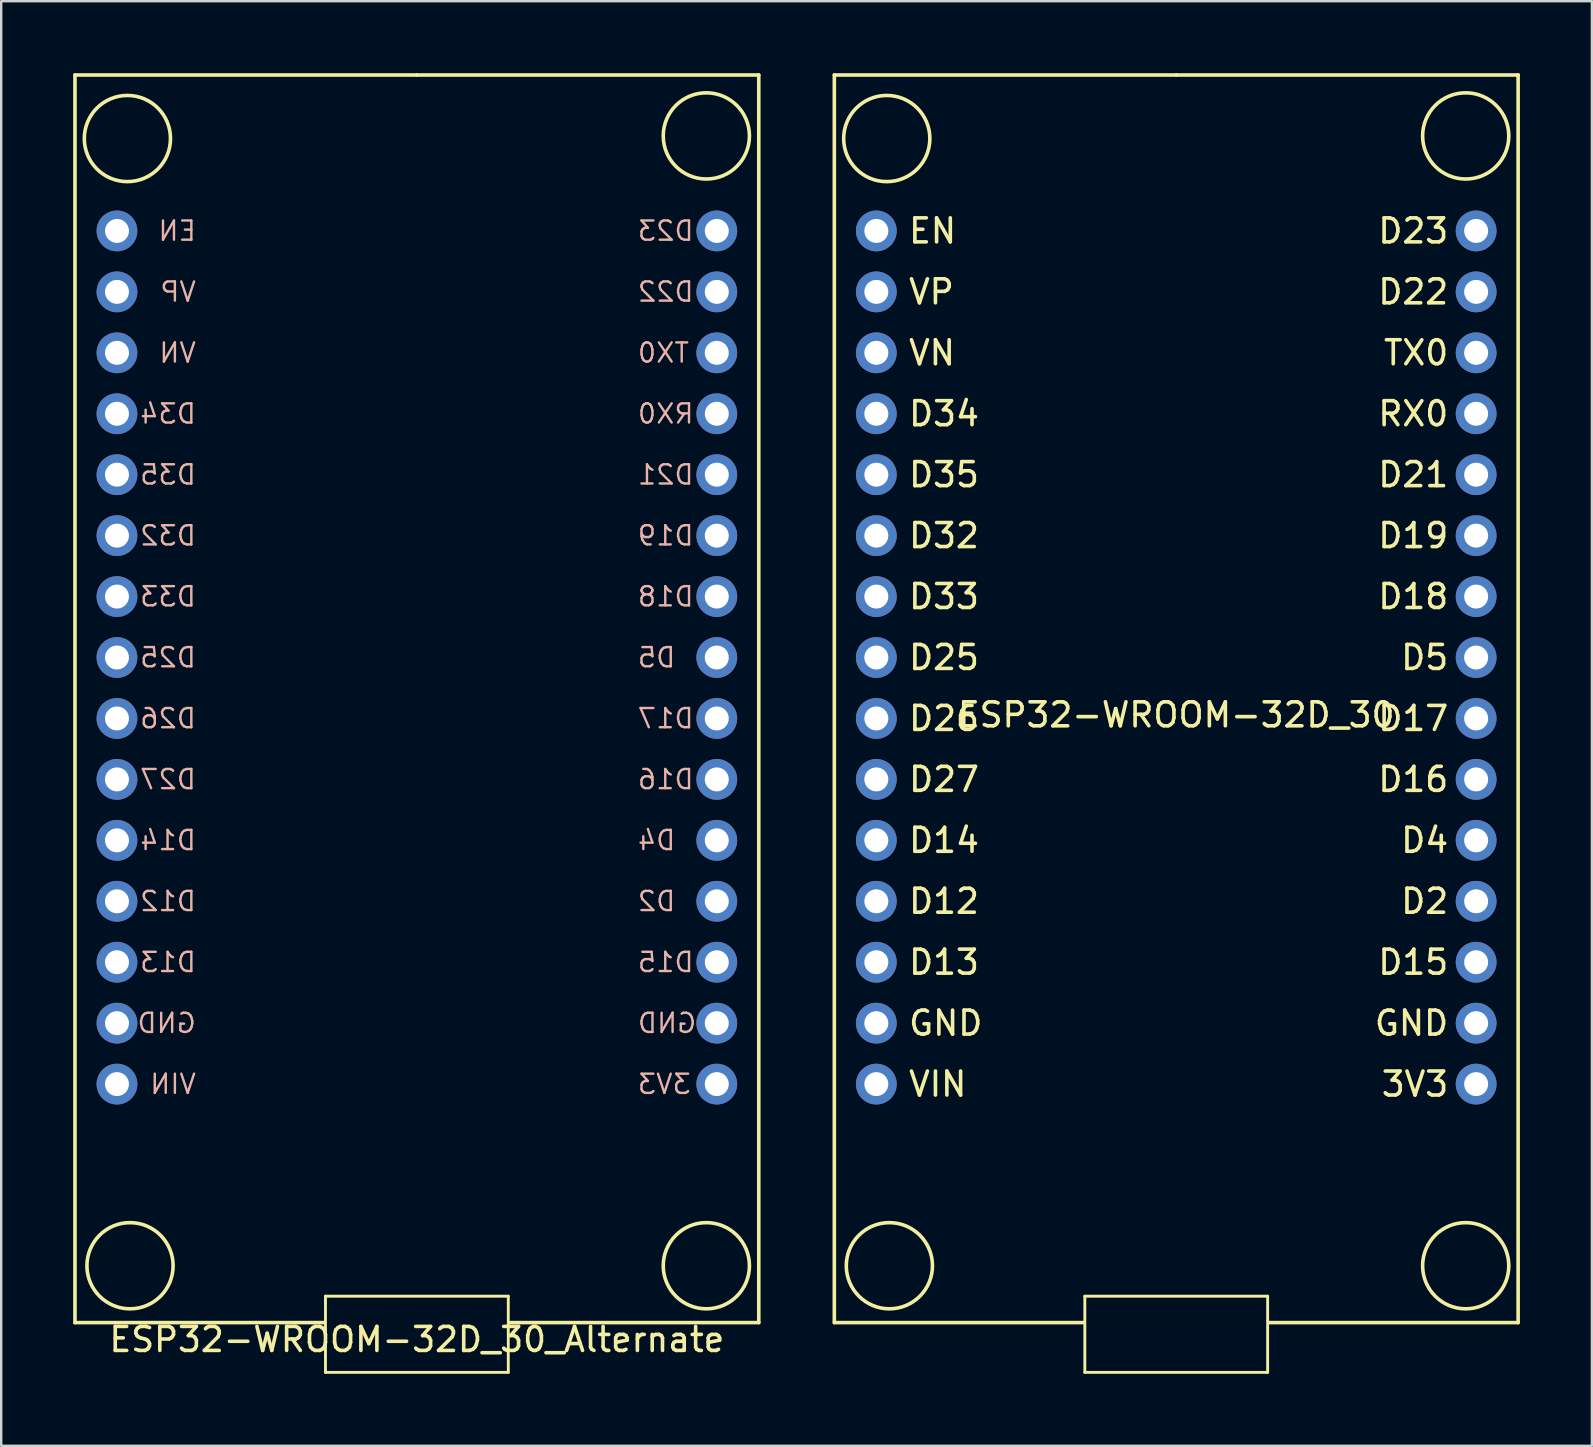
<source format=kicad_pcb>
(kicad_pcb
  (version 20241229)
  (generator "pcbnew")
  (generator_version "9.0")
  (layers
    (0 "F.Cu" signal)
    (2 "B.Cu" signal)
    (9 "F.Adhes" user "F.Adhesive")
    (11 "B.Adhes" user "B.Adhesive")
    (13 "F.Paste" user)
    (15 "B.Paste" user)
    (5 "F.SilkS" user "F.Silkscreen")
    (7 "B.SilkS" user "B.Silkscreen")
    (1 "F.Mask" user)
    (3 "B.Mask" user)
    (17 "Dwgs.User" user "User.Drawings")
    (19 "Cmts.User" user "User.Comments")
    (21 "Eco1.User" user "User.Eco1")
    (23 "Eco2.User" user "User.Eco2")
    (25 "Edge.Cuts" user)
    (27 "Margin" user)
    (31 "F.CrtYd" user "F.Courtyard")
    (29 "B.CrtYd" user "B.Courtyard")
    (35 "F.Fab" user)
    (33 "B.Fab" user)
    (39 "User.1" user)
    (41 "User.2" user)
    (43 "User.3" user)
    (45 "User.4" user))
  (footprint "ESP32-WROOM-32D_30"
    (layer "F.Cu")
    (at 45.975 28.65)
    (property "Reference" "ESP32-WROOM-32D_30" (at 0 -1.905 0) (layer "F.SilkS") (effects (font (size 1 1) (thickness 0.15))))
    (attr through_hole)
    (fp_line (start -14.25 -28.575) (end -14.25 23.425) (stroke (width 0.15) (type solid)) (layer "F.SilkS"))
    (fp_line (start -14.25 23.425) (end -3.873 23.425) (stroke (width 0.15) (type solid)) (layer "F.SilkS"))
    (fp_line (start -3.81 22.325) (end -3.81 25.5) (stroke (width 0.12) (type solid)) (layer "F.SilkS"))
    (fp_line (start -3.81 25.5) (end 3.81 25.5) (stroke (width 0.12) (type solid)) (layer "F.SilkS"))
    (fp_line (start 0 -28.575) (end -14.25 -28.575) (stroke (width 0.15) (type solid)) (layer "F.SilkS"))
    (fp_line (start 0 -28.575) (end 14.25 -28.575) (stroke (width 0.15) (type solid)) (layer "F.SilkS"))
    (fp_line (start 3.81 22.325) (end -3.81 22.325) (stroke (width 0.12) (type solid)) (layer "F.SilkS"))
    (fp_line (start 3.81 25.5) (end 3.81 22.325) (stroke (width 0.12) (type solid)) (layer "F.SilkS"))
    (fp_line (start 3.873 23.425) (end 14.25 23.425) (stroke (width 0.15) (type solid)) (layer "F.SilkS"))
    (fp_line (start 14.25 -28.575) (end 14.25 23.425) (stroke (width 0.15) (type solid)) (layer "F.SilkS"))
    (fp_circle (center -12.065 -25.926) (end -10.795 -27.196) (stroke (width 0.15) (type solid)) (fill no) (layer "F.SilkS"))
    (fp_circle (center -11.956 21.055) (end -10.16 21.055) (stroke (width 0.15) (type solid)) (fill no) (layer "F.SilkS"))
    (fp_circle (center 12.065 -26.035) (end 13.335 -27.305) (stroke (width 0.15) (type solid)) (fill no) (layer "F.SilkS"))
    (fp_circle (center 12.065 21.055) (end 13.335 19.785) (stroke (width 0.15) (type solid)) (fill no) (layer "F.SilkS"))
    (fp_text user "D13" (at -11.23 8.405 0) (layer "F.SilkS") (effects (font (size 1 1) (thickness 0.15)) (justify left)))
    (fp_text user "D32" (at -11.23 -9.375 0) (layer "F.SilkS") (effects (font (size 1 1) (thickness 0.15)) (justify left)))
    (fp_text user "D21" (at 11.43 -11.915 0) (layer "F.SilkS") (effects (font (size 1 1) (thickness 0.15)) (justify right)))
    (fp_text user "D19" (at 11.43 -9.375 0) (layer "F.SilkS") (effects (font (size 1 1) (thickness 0.15)) (justify right)))
    (fp_text user "D22" (at 11.43 -19.535 0) (layer "F.SilkS") (effects (font (size 1 1) (thickness 0.15)) (justify right)))
    (fp_text user "RX0" (at 11.43 -14.455 0) (layer "F.SilkS") (effects (font (size 1 1) (thickness 0.15)) (justify right)))
    (fp_text user "D23" (at 11.43 -22.075 0) (layer "F.SilkS") (effects (font (size 1 1) (thickness 0.15)) (justify right)))
    (fp_text user "D17" (at 11.43 -1.755 0) (layer "F.SilkS") (effects (font (size 1 1) (thickness 0.15)) (justify right)))
    (fp_text user "D15" (at 11.43 8.405 0) (layer "F.SilkS") (effects (font (size 1 1) (thickness 0.15)) (justify right)))
    (fp_text user "D33" (at -11.23 -6.835 0) (layer "F.SilkS") (effects (font (size 1 1) (thickness 0.15)) (justify left)))
    (fp_text user "D2" (at 11.43 5.865 0) (layer "F.SilkS") (effects (font (size 1 1) (thickness 0.15)) (justify right)))
    (fp_text user "D25" (at -11.23 -4.295 0) (layer "F.SilkS") (effects (font (size 1 1) (thickness 0.15)) (justify left)))
    (fp_text user "D4" (at 11.43 3.325 0) (layer "F.SilkS") (effects (font (size 1 1) (thickness 0.15)) (justify right)))
    (fp_text user "D34" (at -11.23 -14.455 0) (layer "F.SilkS") (effects (font (size 1 1) (thickness 0.15)) (justify left)))
    (fp_text user "D14" (at -11.23 3.325 0) (layer "F.SilkS") (effects (font (size 1 1) (thickness 0.15)) (justify left)))
    (fp_text user "3V3" (at 11.43 13.485 0) (layer "F.SilkS") (effects (font (size 1 1) (thickness 0.15)) (justify right)))
    (fp_text user "D16" (at 11.43 0.785 0) (layer "F.SilkS") (effects (font (size 1 1) (thickness 0.15)) (justify right)))
    (fp_text user "D26" (at -11.23 -1.755 0) (layer "F.SilkS") (effects (font (size 1 1) (thickness 0.15)) (justify left)))
    (fp_text user "EN" (at -11.23 -22.075 0) (layer "F.SilkS") (effects (font (size 1 1) (thickness 0.15)) (justify left)))
    (fp_text user "VN" (at -11.23 -16.995 0) (layer "F.SilkS") (effects (font (size 1 1) (thickness 0.15)) (justify left)))
    (fp_text user "VIN" (at -11.23 13.485 0) (layer "F.SilkS") (effects (font (size 1 1) (thickness 0.15)) (justify left)))
    (fp_text user "D18" (at 11.43 -6.835 0) (layer "F.SilkS") (effects (font (size 1 1) (thickness 0.15)) (justify right)))
    (fp_text user "D12" (at -11.23 5.865 0) (layer "F.SilkS") (effects (font (size 1 1) (thickness 0.15)) (justify left)))
    (fp_text user "D35" (at -11.23 -11.915 0) (layer "F.SilkS") (effects (font (size 1 1) (thickness 0.15)) (justify left)))
    (fp_text user "GND" (at -11.23 10.945 0) (layer "F.SilkS") (effects (font (size 1 1) (thickness 0.15)) (justify left)))
    (fp_text user "D27" (at -11.23 0.785 0) (layer "F.SilkS") (effects (font (size 1 1) (thickness 0.15)) (justify left)))
    (fp_text user "D5" (at 11.43 -4.295 0) (layer "F.SilkS") (effects (font (size 1 1) (thickness 0.15)) (justify right)))
    (fp_text user "VP" (at -11.23 -19.535 0) (layer "F.SilkS") (effects (font (size 1 1) (thickness 0.15)) (justify left)))
    (fp_text user "TX0" (at 11.43 -16.995 0) (layer "F.SilkS") (effects (font (size 1 1) (thickness 0.15)) (justify right)))
    (fp_text user "GND" (at 11.43 10.945 0) (layer "F.SilkS") (effects (font (size 1 1) (thickness 0.15)) (justify right)))
    (pad "1" thru_hole oval (at -12.5 -22.075) (size 1.7 1.7) (drill 1) (layers "*.Cu" "*.Mask"))
    (pad "2" thru_hole oval (at -12.5 -19.535) (size 1.7 1.7) (drill 1) (layers "*.Cu" "*.Mask"))
    (pad "3" thru_hole oval (at -12.5 -16.995) (size 1.7 1.7) (drill 1) (layers "*.Cu" "*.Mask"))
    (pad "4" thru_hole oval (at -12.5 -14.455) (size 1.7 1.7) (drill 1) (layers "*.Cu" "*.Mask"))
    (pad "5" thru_hole oval (at -12.5 -11.915) (size 1.7 1.7) (drill 1) (layers "*.Cu" "*.Mask"))
    (pad "6" thru_hole oval (at -12.5 -9.375) (size 1.7 1.7) (drill 1) (layers "*.Cu" "*.Mask"))
    (pad "7" thru_hole oval (at -12.5 -6.835) (size 1.7 1.7) (drill 1) (layers "*.Cu" "*.Mask"))
    (pad "8" thru_hole oval (at -12.5 -4.295) (size 1.7 1.7) (drill 1) (layers "*.Cu" "*.Mask"))
    (pad "9" thru_hole oval (at -12.5 -1.755) (size 1.7 1.7) (drill 1) (layers "*.Cu" "*.Mask"))
    (pad "10" thru_hole oval (at -12.5 0.785) (size 1.7 1.7) (drill 1) (layers "*.Cu" "*.Mask"))
    (pad "11" thru_hole oval (at -12.5 3.325) (size 1.7 1.7) (drill 1) (layers "*.Cu" "*.Mask"))
    (pad "12" thru_hole oval (at -12.5 5.865) (size 1.7 1.7) (drill 1) (layers "*.Cu" "*.Mask"))
    (pad "13" thru_hole oval (at -12.5 8.405) (size 1.7 1.7) (drill 1) (layers "*.Cu" "*.Mask"))
    (pad "14" thru_hole oval (at -12.5 10.945) (size 1.7 1.7) (drill 1) (layers "*.Cu" "*.Mask"))
    (pad "15" thru_hole oval (at -12.5 13.485) (size 1.7 1.7) (drill 1) (layers "*.Cu" "*.Mask"))
    (pad "16" thru_hole oval (at 12.5 13.485) (size 1.7 1.7) (drill 1) (layers "*.Cu" "*.Mask"))
    (pad "17" thru_hole oval (at 12.5 10.945) (size 1.7 1.7) (drill 1) (layers "*.Cu" "*.Mask"))
    (pad "18" thru_hole oval (at 12.5 8.405) (size 1.7 1.7) (drill 1) (layers "*.Cu" "*.Mask"))
    (pad "19" thru_hole oval (at 12.5 5.865) (size 1.7 1.7) (drill 1) (layers "*.Cu" "*.Mask"))
    (pad "20" thru_hole oval (at 12.5 3.325) (size 1.7 1.7) (drill 1) (layers "*.Cu" "*.Mask"))
    (pad "21" thru_hole oval (at 12.5 0.785) (size 1.7 1.7) (drill 1) (layers "*.Cu" "*.Mask"))
    (pad "22" thru_hole oval (at 12.5 -1.755) (size 1.7 1.7) (drill 1) (layers "*.Cu" "*.Mask"))
    (pad "23" thru_hole oval (at 12.5 -4.295) (size 1.7 1.7) (drill 1) (layers "*.Cu" "*.Mask"))
    (pad "24" thru_hole oval (at 12.5 -6.835) (size 1.7 1.7) (drill 1) (layers "*.Cu" "*.Mask"))
    (pad "25" thru_hole oval (at 12.5 -9.375) (size 1.7 1.7) (drill 1) (layers "*.Cu" "*.Mask"))
    (pad "26" thru_hole oval (at 12.5 -11.915) (size 1.7 1.7) (drill 1) (layers "*.Cu" "*.Mask"))
    (pad "27" thru_hole oval (at 12.5 -14.455) (size 1.7 1.7) (drill 1) (layers "*.Cu" "*.Mask"))
    (pad "28" thru_hole oval (at 12.5 -16.995) (size 1.7 1.7) (drill 1) (layers "*.Cu" "*.Mask"))
    (pad "29" thru_hole oval (at 12.5 -19.535) (size 1.7 1.7) (drill 1) (layers "*.Cu" "*.Mask"))
    (pad "30" thru_hole oval (at 12.5 -22.075) (size 1.7 1.7) (drill 1) (layers "*.Cu" "*.Mask")))
  (footprint "ESP32-WROOM-32D_30_Alternate"
    (layer "F.Cu")
    (at 14.325 28.65)
    (property "Reference" "ESP32-WROOM-32D_30_Alternate" (at 0 24.13 0) (layer "F.SilkS") (effects (font (size 1 1) (thickness 0.15))))
    (attr through_hole)
    (fp_line (start -14.25 -28.575) (end -14.25 23.425) (stroke (width 0.15) (type solid)) (layer "F.SilkS"))
    (fp_line (start -14.25 23.425) (end -3.873 23.425) (stroke (width 0.15) (type solid)) (layer "F.SilkS"))
    (fp_line (start -3.81 22.325) (end -3.81 25.5) (stroke (width 0.12) (type solid)) (layer "F.SilkS"))
    (fp_line (start -3.81 25.5) (end 3.81 25.5) (stroke (width 0.12) (type solid)) (layer "F.SilkS"))
    (fp_line (start 0 -28.575) (end -14.25 -28.575) (stroke (width 0.15) (type solid)) (layer "F.SilkS"))
    (fp_line (start 0 -28.575) (end 14.25 -28.575) (stroke (width 0.15) (type solid)) (layer "F.SilkS"))
    (fp_line (start 3.81 22.325) (end -3.81 22.325) (stroke (width 0.12) (type solid)) (layer "F.SilkS"))
    (fp_line (start 3.81 25.5) (end 3.81 22.325) (stroke (width 0.12) (type solid)) (layer "F.SilkS"))
    (fp_line (start 3.873 23.425) (end 14.25 23.425) (stroke (width 0.15) (type solid)) (layer "F.SilkS"))
    (fp_line (start 14.25 -28.575) (end 14.25 23.425) (stroke (width 0.15) (type solid)) (layer "F.SilkS"))
    (fp_circle (center -12.065 -25.926) (end -10.795 -27.196) (stroke (width 0.15) (type solid)) (fill no) (layer "F.SilkS"))
    (fp_circle (center -11.956 21.055) (end -10.16 21.055) (stroke (width 0.15) (type solid)) (fill no) (layer "F.SilkS"))
    (fp_circle (center 12.065 -26.035) (end 13.335 -27.305) (stroke (width 0.15) (type solid)) (fill no) (layer "F.SilkS"))
    (fp_circle (center 12.065 21.055) (end 13.335 19.785) (stroke (width 0.15) (type solid)) (fill no) (layer "F.SilkS"))
    (fp_text user "D16" (at 9.144 0.785 0) (layer "B.SilkS") (effects (font (size 0.8 0.8) (thickness 0.1)) (justify right mirror)))
    (fp_text user "D12" (at -9.144 5.865 0) (layer "B.SilkS") (effects (font (size 0.8 0.8) (thickness 0.1)) (justify left mirror)))
    (fp_text user "GND" (at -9.144 10.945 0) (layer "B.SilkS") (effects (font (size 0.8 0.8) (thickness 0.1)) (justify left mirror)))
    (fp_text user "D23" (at 9.144 -22.075 0) (layer "B.SilkS") (effects (font (size 0.8 0.8) (thickness 0.1)) (justify right mirror)))
    (fp_text user "VP" (at -9.144 -19.535 0) (layer "B.SilkS") (effects (font (size 0.8 0.8) (thickness 0.1)) (justify left mirror)))
    (fp_text user "VIN" (at -9.144 13.485 0) (layer "B.SilkS") (effects (font (size 0.8 0.8) (thickness 0.1)) (justify left mirror)))
    (fp_text user "D17" (at 9.144 -1.755 0) (layer "B.SilkS") (effects (font (size 0.8 0.8) (thickness 0.1)) (justify right mirror)))
    (fp_text user "D21" (at 9.144 -11.915 0) (layer "B.SilkS") (effects (font (size 0.8 0.8) (thickness 0.1)) (justify right mirror)))
    (fp_text user "TX0" (at 9.144 -16.995 0) (layer "B.SilkS") (effects (font (size 0.8 0.8) (thickness 0.1)) (justify right mirror)))
    (fp_text user "D14" (at -9.144 3.325 0) (layer "B.SilkS") (effects (font (size 0.8 0.8) (thickness 0.1)) (justify left mirror)))
    (fp_text user "RX0" (at 9.144 -14.455 0) (layer "B.SilkS") (effects (font (size 0.8 0.8) (thickness 0.1)) (justify right mirror)))
    (fp_text user "D2" (at 9.144 5.865 0) (layer "B.SilkS") (effects (font (size 0.8 0.8) (thickness 0.1)) (justify right mirror)))
    (fp_text user "D32" (at -9.144 -9.375 0) (layer "B.SilkS") (effects (font (size 0.8 0.8) (thickness 0.1)) (justify left mirror)))
    (fp_text user "VN" (at -9.144 -16.995 0) (layer "B.SilkS") (effects (font (size 0.8 0.8) (thickness 0.1)) (justify left mirror)))
    (fp_text user "D26" (at -9.144 -1.755 0) (layer "B.SilkS") (effects (font (size 0.8 0.8) (thickness 0.1)) (justify left mirror)))
    (fp_text user "D27" (at -9.144 0.785 0) (layer "B.SilkS") (effects (font (size 0.8 0.8) (thickness 0.1)) (justify left mirror)))
    (fp_text user "GND" (at 9.144 10.945 0) (layer "B.SilkS") (effects (font (size 0.8 0.8) (thickness 0.1)) (justify right mirror)))
    (fp_text user "D15" (at 9.144 8.405 0) (layer "B.SilkS") (effects (font (size 0.8 0.8) (thickness 0.1)) (justify right mirror)))
    (fp_text user "D34" (at -9.144 -14.455 0) (layer "B.SilkS") (effects (font (size 0.8 0.8) (thickness 0.1)) (justify left mirror)))
    (fp_text user "D19" (at 9.144 -9.375 0) (layer "B.SilkS") (effects (font (size 0.8 0.8) (thickness 0.1)) (justify right mirror)))
    (fp_text user "D4" (at 9.144 3.325 0) (layer "B.SilkS") (effects (font (size 0.8 0.8) (thickness 0.1)) (justify right mirror)))
    (fp_text user "D33" (at -9.144 -6.835 0) (layer "B.SilkS") (effects (font (size 0.8 0.8) (thickness 0.1)) (justify left mirror)))
    (fp_text user "D18" (at 9.144 -6.835 0) (layer "B.SilkS") (effects (font (size 0.8 0.8) (thickness 0.1)) (justify right mirror)))
    (fp_text user "D35" (at -9.144 -11.915 0) (layer "B.SilkS") (effects (font (size 0.8 0.8) (thickness 0.1)) (justify left mirror)))
    (fp_text user "D22" (at 9.144 -19.535 0) (layer "B.SilkS") (effects (font (size 0.8 0.8) (thickness 0.1)) (justify right mirror)))
    (fp_text user "EN" (at -9.144 -22.075 0) (layer "B.SilkS") (effects (font (size 0.8 0.8) (thickness 0.1)) (justify left mirror)))
    (fp_text user "3V3" (at 9.144 13.485 0) (layer "B.SilkS") (effects (font (size 0.8 0.8) (thickness 0.1)) (justify right mirror)))
    (fp_text user "D5" (at 9.144 -4.295 0) (layer "B.SilkS") (effects (font (size 0.8 0.8) (thickness 0.1)) (justify right mirror)))
    (fp_text user "D25" (at -9.144 -4.295 0) (layer "B.SilkS") (effects (font (size 0.8 0.8) (thickness 0.1)) (justify left mirror)))
    (fp_text user "D13" (at -9.144 8.405 0) (layer "B.SilkS") (effects (font (size 0.8 0.8) (thickness 0.1)) (justify left mirror)))
    (pad "1" thru_hole oval (at -12.5 -22.075) (size 1.7 1.7) (drill 1) (layers "*.Cu" "*.Mask"))
    (pad "2" thru_hole oval (at -12.5 -19.535) (size 1.7 1.7) (drill 1) (layers "*.Cu" "*.Mask"))
    (pad "3" thru_hole oval (at -12.5 -16.995) (size 1.7 1.7) (drill 1) (layers "*.Cu" "*.Mask"))
    (pad "4" thru_hole oval (at -12.5 -14.455) (size 1.7 1.7) (drill 1) (layers "*.Cu" "*.Mask"))
    (pad "5" thru_hole oval (at -12.5 -11.915) (size 1.7 1.7) (drill 1) (layers "*.Cu" "*.Mask"))
    (pad "6" thru_hole oval (at -12.5 -9.375) (size 1.7 1.7) (drill 1) (layers "*.Cu" "*.Mask"))
    (pad "7" thru_hole oval (at -12.5 -6.835) (size 1.7 1.7) (drill 1) (layers "*.Cu" "*.Mask"))
    (pad "8" thru_hole oval (at -12.5 -4.295) (size 1.7 1.7) (drill 1) (layers "*.Cu" "*.Mask"))
    (pad "9" thru_hole oval (at -12.5 -1.755) (size 1.7 1.7) (drill 1) (layers "*.Cu" "*.Mask"))
    (pad "10" thru_hole oval (at -12.5 0.785) (size 1.7 1.7) (drill 1) (layers "*.Cu" "*.Mask"))
    (pad "11" thru_hole oval (at -12.5 3.325) (size 1.7 1.7) (drill 1) (layers "*.Cu" "*.Mask"))
    (pad "12" thru_hole oval (at -12.5 5.865) (size 1.7 1.7) (drill 1) (layers "*.Cu" "*.Mask"))
    (pad "13" thru_hole oval (at -12.5 8.405) (size 1.7 1.7) (drill 1) (layers "*.Cu" "*.Mask"))
    (pad "14" thru_hole oval (at -12.5 10.945) (size 1.7 1.7) (drill 1) (layers "*.Cu" "*.Mask"))
    (pad "15" thru_hole oval (at -12.5 13.485) (size 1.7 1.7) (drill 1) (layers "*.Cu" "*.Mask"))
    (pad "16" thru_hole oval (at 12.5 13.485) (size 1.7 1.7) (drill 1) (layers "*.Cu" "*.Mask"))
    (pad "17" thru_hole oval (at 12.5 10.945) (size 1.7 1.7) (drill 1) (layers "*.Cu" "*.Mask"))
    (pad "18" thru_hole oval (at 12.5 8.405) (size 1.7 1.7) (drill 1) (layers "*.Cu" "*.Mask"))
    (pad "19" thru_hole oval (at 12.5 5.865) (size 1.7 1.7) (drill 1) (layers "*.Cu" "*.Mask"))
    (pad "20" thru_hole oval (at 12.5 3.325) (size 1.7 1.7) (drill 1) (layers "*.Cu" "*.Mask"))
    (pad "21" thru_hole oval (at 12.5 0.785) (size 1.7 1.7) (drill 1) (layers "*.Cu" "*.Mask"))
    (pad "22" thru_hole oval (at 12.5 -1.755) (size 1.7 1.7) (drill 1) (layers "*.Cu" "*.Mask"))
    (pad "23" thru_hole oval (at 12.5 -4.295) (size 1.7 1.7) (drill 1) (layers "*.Cu" "*.Mask"))
    (pad "24" thru_hole oval (at 12.5 -6.835) (size 1.7 1.7) (drill 1) (layers "*.Cu" "*.Mask"))
    (pad "25" thru_hole oval (at 12.5 -9.375) (size 1.7 1.7) (drill 1) (layers "*.Cu" "*.Mask"))
    (pad "26" thru_hole oval (at 12.5 -11.915) (size 1.7 1.7) (drill 1) (layers "*.Cu" "*.Mask"))
    (pad "27" thru_hole oval (at 12.5 -14.455) (size 1.7 1.7) (drill 1) (layers "*.Cu" "*.Mask"))
    (pad "28" thru_hole oval (at 12.5 -16.995) (size 1.7 1.7) (drill 1) (layers "*.Cu" "*.Mask"))
    (pad "29" thru_hole oval (at 12.5 -19.535) (size 1.7 1.7) (drill 1) (layers "*.Cu" "*.Mask"))
    (pad "30" thru_hole oval (at 12.5 -22.075) (size 1.7 1.7) (drill 1) (layers "*.Cu" "*.Mask")))
  (gr_rect
    (start -3 -3)
    (end 63.3 57.21)
    (stroke (width 0.1) (type default))
    (fill no)
    (layer "Edge.Cuts")))
</source>
